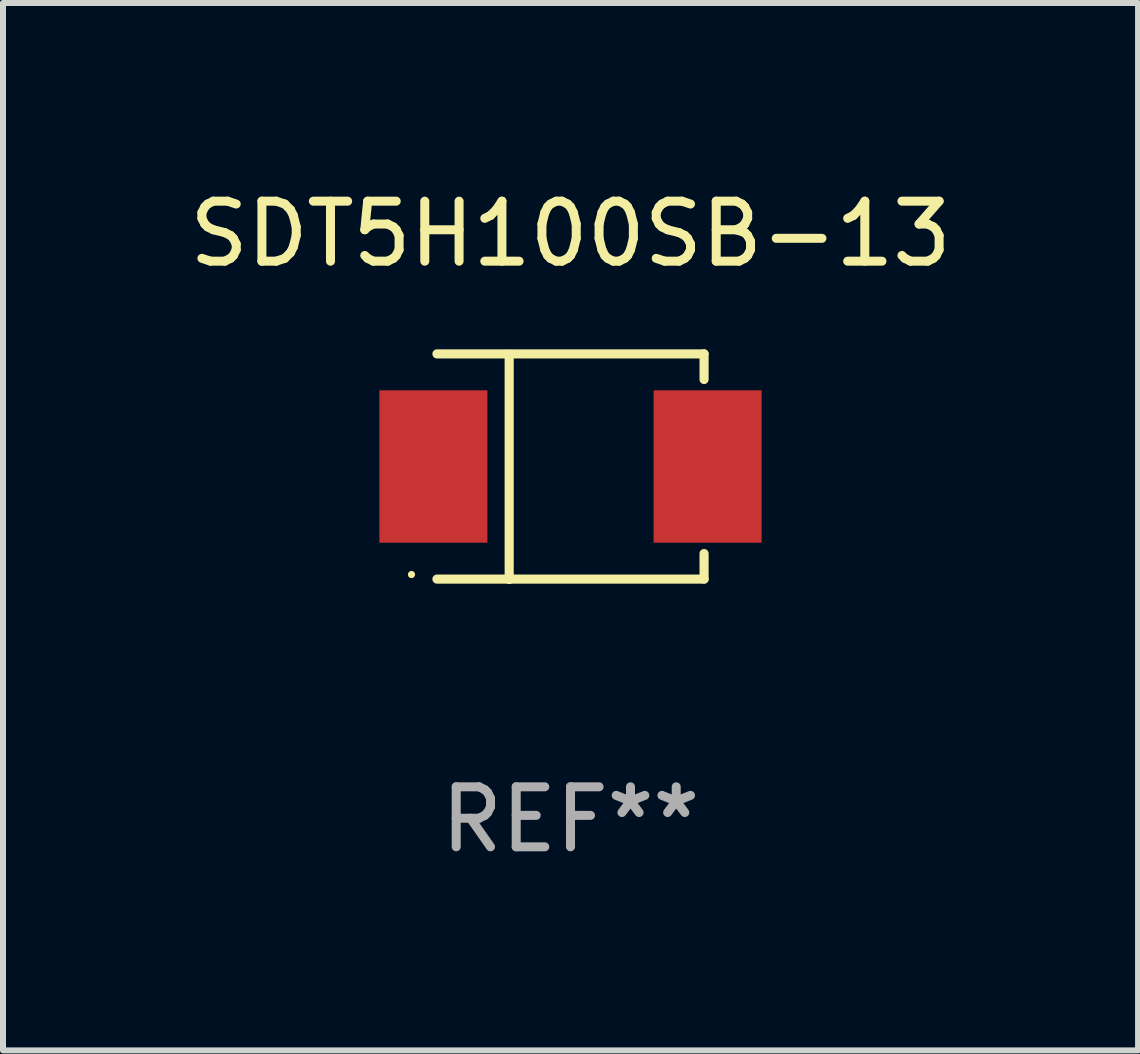
<source format=kicad_pcb>
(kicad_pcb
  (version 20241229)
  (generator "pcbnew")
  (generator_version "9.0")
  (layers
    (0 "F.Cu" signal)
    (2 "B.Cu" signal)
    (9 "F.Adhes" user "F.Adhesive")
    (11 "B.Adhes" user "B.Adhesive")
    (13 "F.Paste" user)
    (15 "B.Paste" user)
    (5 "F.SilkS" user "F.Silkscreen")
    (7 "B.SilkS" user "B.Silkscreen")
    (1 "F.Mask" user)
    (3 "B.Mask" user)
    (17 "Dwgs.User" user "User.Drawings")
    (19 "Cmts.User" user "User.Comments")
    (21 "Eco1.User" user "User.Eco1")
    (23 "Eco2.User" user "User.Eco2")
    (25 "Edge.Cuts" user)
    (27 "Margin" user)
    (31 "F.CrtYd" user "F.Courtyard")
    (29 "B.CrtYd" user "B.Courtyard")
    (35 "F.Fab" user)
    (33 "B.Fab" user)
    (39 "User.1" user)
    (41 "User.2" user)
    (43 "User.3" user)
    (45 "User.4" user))
  (footprint "SDT5H100SB-13"
    (layer "F.Cu")
    (at 6.458 4.728)
    (property "Reference" "SDT5H100SB-13" (at 0 -3.88 0) (layer "F.SilkS") (effects (font (size 1 1) (thickness 0.15))))
    (attr through_hole)
    (fp_line (start -2.226 -1.88) (end 2.226 -1.88) (stroke (width 0.152) (type solid)) (layer "F.SilkS"))
    (fp_line (start -2.226 1.873) (end 2.226 1.873) (stroke (width 0.152) (type solid)) (layer "F.SilkS"))
    (fp_line (start -1.022 -1.873) (end -1.022 1.88) (stroke (width 0.152) (type solid)) (layer "F.SilkS"))
    (fp_line (start 2.226 -1.88) (end 2.226 -1.453) (stroke (width 0.152) (type solid)) (layer "F.SilkS"))
    (fp_line (start 2.226 1.447) (end 2.226 1.873) (stroke (width 0.152) (type solid)) (layer "F.SilkS"))
    (fp_circle (center -2.65 1.797) (end -2.62 1.797) (stroke (width 0.06) (type solid)) (fill no) (layer "F.SilkS"))
    (fp_text user "REF**" (at 0 5.88 0) (layer "F.Fab") (effects (font (size 1 1) (thickness 0.15))))
    (pad "1" smd rect (at -2.285 -0.003) (size 1.8 2.54) (layers "F.Cu" "F.Mask" "F.Paste"))
    (pad "2" smd rect (at 2.285 -0.003) (size 1.8 2.54) (layers "F.Cu" "F.Mask" "F.Paste")))
  (gr_rect
    (start -3 -3)
    (end 15.917 14.456)
    (stroke (width 0.1) (type default))
    (fill no)
    (layer "Edge.Cuts")))
</source>
